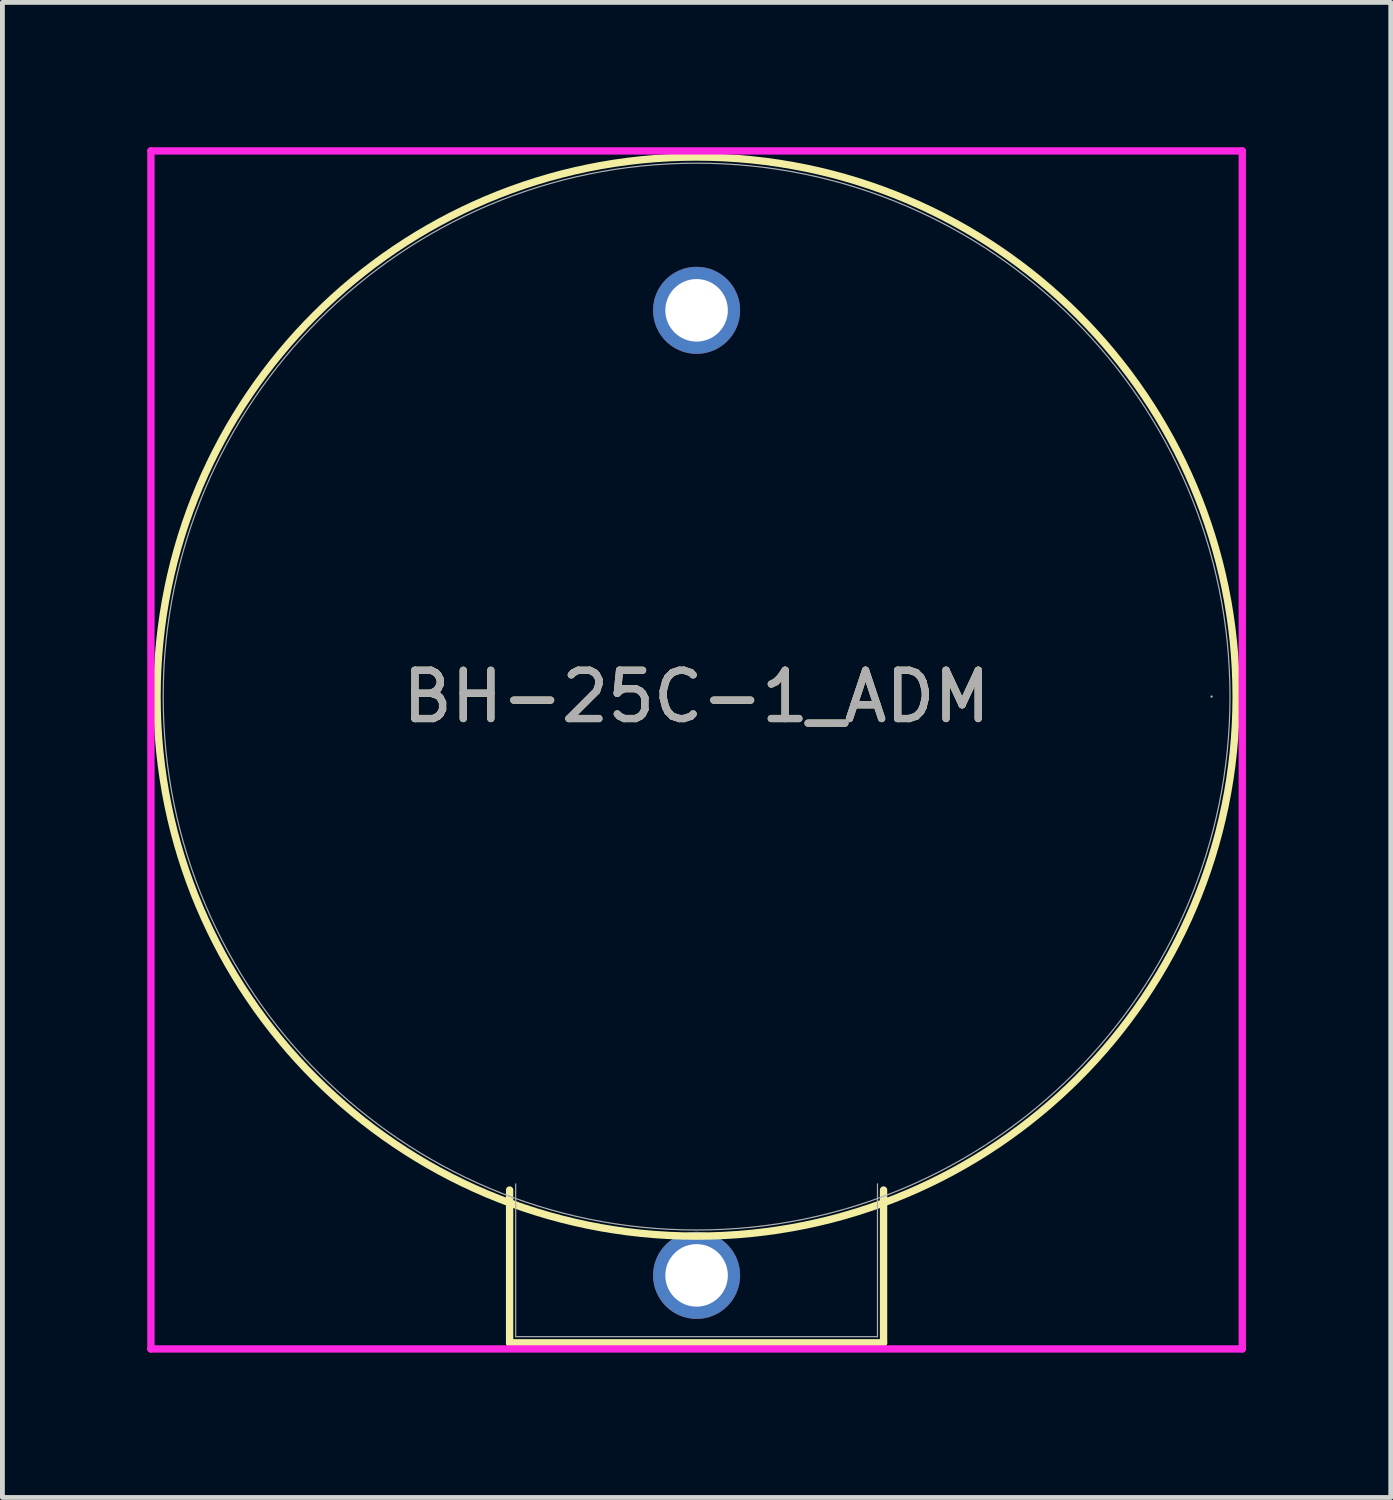
<source format=kicad_pcb>
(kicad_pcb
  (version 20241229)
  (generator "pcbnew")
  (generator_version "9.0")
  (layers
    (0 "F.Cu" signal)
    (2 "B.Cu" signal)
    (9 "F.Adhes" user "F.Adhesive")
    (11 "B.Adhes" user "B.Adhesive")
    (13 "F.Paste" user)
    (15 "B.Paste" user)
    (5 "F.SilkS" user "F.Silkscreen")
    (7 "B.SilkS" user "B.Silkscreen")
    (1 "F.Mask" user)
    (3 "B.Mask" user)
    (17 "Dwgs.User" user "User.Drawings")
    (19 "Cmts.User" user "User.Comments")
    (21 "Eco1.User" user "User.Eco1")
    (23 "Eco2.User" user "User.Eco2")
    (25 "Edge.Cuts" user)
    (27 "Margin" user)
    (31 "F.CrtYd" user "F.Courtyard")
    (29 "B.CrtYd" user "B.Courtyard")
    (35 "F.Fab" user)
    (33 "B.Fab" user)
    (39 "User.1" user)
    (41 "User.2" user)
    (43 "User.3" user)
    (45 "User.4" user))
  (footprint "BH-25C-1_ADM"
    (layer "F.Cu")
    (at 11.379 3.378)
    (property "Reference" "BH-25C-1_ADM" (at 0 8.001 0) (unlocked yes) (layer "F.SilkS") (effects (font (size 1 1) (thickness 0.15))))
    (attr through_hole)
    (fp_line (start -3.873 18.222) (end -3.873 21.387) (stroke (width 0.152) (type solid)) (layer "F.SilkS"))
    (fp_line (start -3.873 21.387) (end 3.873 21.387) (stroke (width 0.152) (type solid)) (layer "F.SilkS"))
    (fp_line (start 3.873 21.387) (end 3.873 18.222) (stroke (width 0.152) (type solid)) (layer "F.SilkS"))
    (fp_circle (center 0 8.001) (end 11.176 8.001) (stroke (width 0.152) (type solid)) (fill no) (layer "F.SilkS"))
    (fp_line (start -11.303 -3.302) (end 11.303 -3.302) (stroke (width 0.152) (type solid)) (layer "F.CrtYd"))
    (fp_line (start -11.303 21.514) (end -11.303 -3.302) (stroke (width 0.152) (type solid)) (layer "F.CrtYd"))
    (fp_line (start 11.303 -3.302) (end 11.303 21.514) (stroke (width 0.152) (type solid)) (layer "F.CrtYd"))
    (fp_line (start 11.303 21.514) (end -11.303 21.514) (stroke (width 0.152) (type solid)) (layer "F.CrtYd"))
    (fp_line (start -3.747 18.095) (end -3.747 21.26) (stroke (width 0.025) (type solid)) (layer "F.Fab"))
    (fp_line (start -3.747 21.26) (end 3.747 21.26) (stroke (width 0.025) (type solid)) (layer "F.Fab"))
    (fp_line (start 3.747 21.26) (end 3.747 18.095) (stroke (width 0.025) (type solid)) (layer "F.Fab"))
    (fp_circle (center 0 8.001) (end 11.049 8.001) (stroke (width 0.025) (type solid)) (fill no) (layer "F.Fab"))
    (fp_circle (center 10.668 8.001) (end 10.668 8.001) (stroke (width 0.025) (type solid)) (fill no) (layer "F.Fab"))
    (fp_text user "${REFERENCE}" (at 0 8.001 0) (unlocked yes) (layer "F.Fab") (effects (font (size 1 1) (thickness 0.15))))
    (pad "1" thru_hole circle (at 0 0) (size 1.803 1.803) (drill 1.295) (layers "*.Cu" "*.Mask"))
    (pad "2" thru_hole circle (at 0 19.99) (size 1.803 1.803) (drill 1.295) (layers "*.Cu" "*.Mask")))
  (gr_rect
    (start -3 -3)
    (end 25.758 27.968)
    (stroke (width 0.1) (type default))
    (fill no)
    (layer "Edge.Cuts")))
</source>
